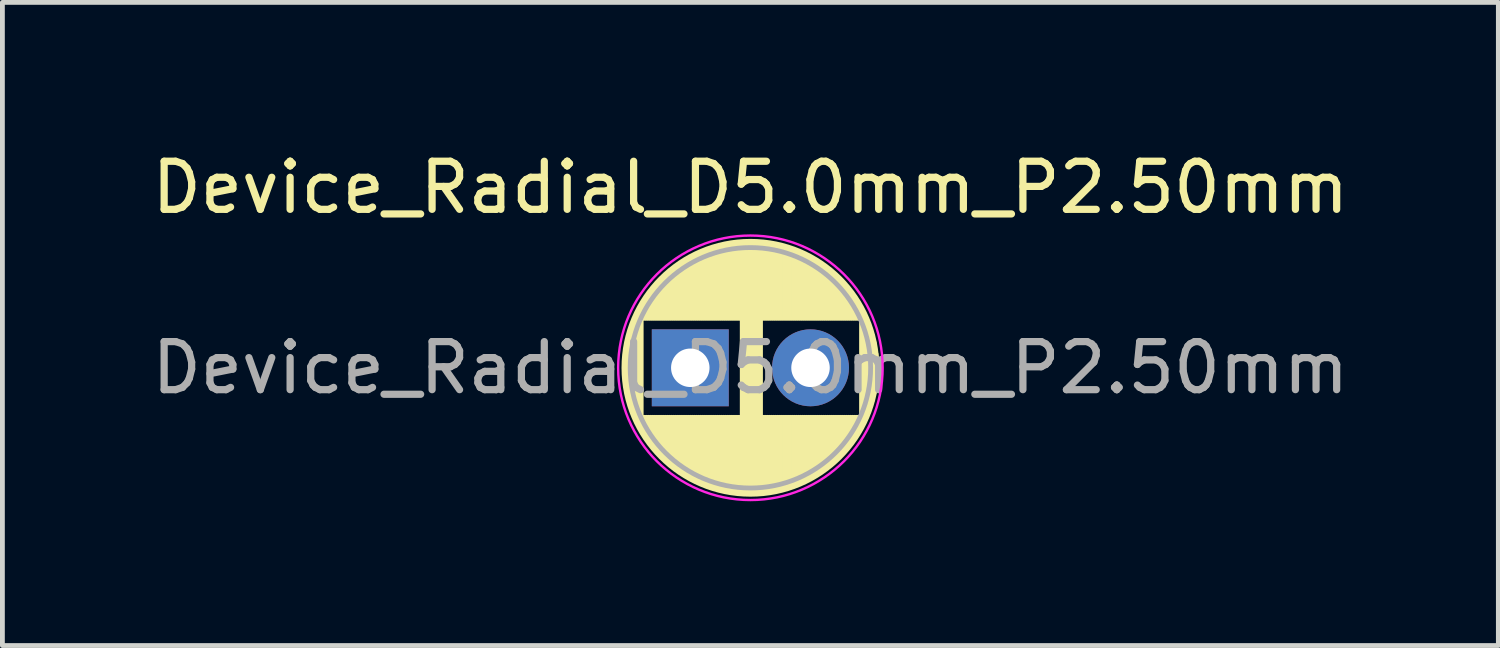
<source format=kicad_pcb>
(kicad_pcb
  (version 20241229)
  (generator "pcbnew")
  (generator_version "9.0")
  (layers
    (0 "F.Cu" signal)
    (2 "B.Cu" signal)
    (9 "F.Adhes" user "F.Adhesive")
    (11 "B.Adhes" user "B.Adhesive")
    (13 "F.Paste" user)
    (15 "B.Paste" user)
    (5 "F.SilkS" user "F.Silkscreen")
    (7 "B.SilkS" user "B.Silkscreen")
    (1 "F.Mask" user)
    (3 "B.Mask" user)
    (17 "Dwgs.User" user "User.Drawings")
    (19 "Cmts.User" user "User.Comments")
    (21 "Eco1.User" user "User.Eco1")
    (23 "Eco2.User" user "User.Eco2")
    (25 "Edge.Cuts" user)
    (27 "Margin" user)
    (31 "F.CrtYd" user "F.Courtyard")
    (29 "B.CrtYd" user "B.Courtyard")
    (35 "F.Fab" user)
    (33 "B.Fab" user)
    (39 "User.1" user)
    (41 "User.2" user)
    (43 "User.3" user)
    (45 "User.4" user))
  (footprint "Device_Radial_D5.0mm_P2.50mm"
    (layer "F.Cu")
    (at 11.304 4.598)
    (property "Reference" "Device_Radial_D5.0mm_P2.50mm" (at 1.25 -3.75 0) (layer "F.SilkS") (effects (font (size 1 1) (thickness 0.15))))
    (attr through_hole)
    (fp_line (start -1.311 0.284) (end -1.311 -0.284) (stroke (width 0.12) (type solid)) (layer "F.SilkS"))
    (fp_line (start -1.271 0.518) (end -1.271 -0.518) (stroke (width 0.12) (type solid)) (layer "F.SilkS"))
    (fp_line (start -1.231 0.677) (end -1.231 -0.677) (stroke (width 0.12) (type solid)) (layer "F.SilkS"))
    (fp_line (start -1.191 0.805) (end -1.191 -0.805) (stroke (width 0.12) (type solid)) (layer "F.SilkS"))
    (fp_line (start -1.151 0.915) (end -1.151 -0.915) (stroke (width 0.12) (type solid)) (layer "F.SilkS"))
    (fp_line (start -1.111 1.011) (end -1.111 -1.011) (stroke (width 0.12) (type solid)) (layer "F.SilkS"))
    (fp_line (start -1.071 1.098) (end -1.071 -1.098) (stroke (width 0.12) (type solid)) (layer "F.SilkS"))
    (fp_line (start -1.031 1.178) (end -1.031 -1.178) (stroke (width 0.12) (type solid)) (layer "F.SilkS"))
    (fp_line (start -0.991 -1.04) (end -0.991 -1.251) (stroke (width 0.12) (type solid)) (layer "F.SilkS"))
    (fp_line (start -0.991 1.251) (end -0.991 1.04) (stroke (width 0.12) (type solid)) (layer "F.SilkS"))
    (fp_line (start -0.951 -1.04) (end -0.951 -1.319) (stroke (width 0.12) (type solid)) (layer "F.SilkS"))
    (fp_line (start -0.951 1.319) (end -0.951 1.04) (stroke (width 0.12) (type solid)) (layer "F.SilkS"))
    (fp_line (start -0.911 -1.04) (end -0.911 -1.383) (stroke (width 0.12) (type solid)) (layer "F.SilkS"))
    (fp_line (start -0.911 1.383) (end -0.911 1.04) (stroke (width 0.12) (type solid)) (layer "F.SilkS"))
    (fp_line (start -0.871 -1.04) (end -0.871 -1.443) (stroke (width 0.12) (type solid)) (layer "F.SilkS"))
    (fp_line (start -0.871 1.443) (end -0.871 1.04) (stroke (width 0.12) (type solid)) (layer "F.SilkS"))
    (fp_line (start -0.831 -1.04) (end -0.831 -1.5) (stroke (width 0.12) (type solid)) (layer "F.SilkS"))
    (fp_line (start -0.831 1.5) (end -0.831 1.04) (stroke (width 0.12) (type solid)) (layer "F.SilkS"))
    (fp_line (start -0.791 -1.04) (end -0.791 -1.554) (stroke (width 0.12) (type solid)) (layer "F.SilkS"))
    (fp_line (start -0.791 1.554) (end -0.791 1.04) (stroke (width 0.12) (type solid)) (layer "F.SilkS"))
    (fp_line (start -0.751 -1.04) (end -0.751 -1.605) (stroke (width 0.12) (type solid)) (layer "F.SilkS"))
    (fp_line (start -0.751 1.605) (end -0.751 1.04) (stroke (width 0.12) (type solid)) (layer "F.SilkS"))
    (fp_line (start -0.711 -1.04) (end -0.711 -1.653) (stroke (width 0.12) (type solid)) (layer "F.SilkS"))
    (fp_line (start -0.711 1.653) (end -0.711 1.04) (stroke (width 0.12) (type solid)) (layer "F.SilkS"))
    (fp_line (start -0.671 -1.04) (end -0.671 -1.699) (stroke (width 0.12) (type solid)) (layer "F.SilkS"))
    (fp_line (start -0.671 1.699) (end -0.671 1.04) (stroke (width 0.12) (type solid)) (layer "F.SilkS"))
    (fp_line (start -0.631 -1.04) (end -0.631 -1.743) (stroke (width 0.12) (type solid)) (layer "F.SilkS"))
    (fp_line (start -0.631 1.743) (end -0.631 1.04) (stroke (width 0.12) (type solid)) (layer "F.SilkS"))
    (fp_line (start -0.591 -1.04) (end -0.591 -1.785) (stroke (width 0.12) (type solid)) (layer "F.SilkS"))
    (fp_line (start -0.591 1.785) (end -0.591 1.04) (stroke (width 0.12) (type solid)) (layer "F.SilkS"))
    (fp_line (start -0.551 -1.04) (end -0.551 -1.826) (stroke (width 0.12) (type solid)) (layer "F.SilkS"))
    (fp_line (start -0.551 1.826) (end -0.551 1.04) (stroke (width 0.12) (type solid)) (layer "F.SilkS"))
    (fp_line (start -0.511 -1.04) (end -0.511 -1.864) (stroke (width 0.12) (type solid)) (layer "F.SilkS"))
    (fp_line (start -0.511 1.864) (end -0.511 1.04) (stroke (width 0.12) (type solid)) (layer "F.SilkS"))
    (fp_line (start -0.471 -1.04) (end -0.471 -1.901) (stroke (width 0.12) (type solid)) (layer "F.SilkS"))
    (fp_line (start -0.471 1.901) (end -0.471 1.04) (stroke (width 0.12) (type solid)) (layer "F.SilkS"))
    (fp_line (start -0.431 -1.04) (end -0.431 -1.937) (stroke (width 0.12) (type solid)) (layer "F.SilkS"))
    (fp_line (start -0.431 1.937) (end -0.431 1.04) (stroke (width 0.12) (type solid)) (layer "F.SilkS"))
    (fp_line (start -0.391 -1.04) (end -0.391 -1.971) (stroke (width 0.12) (type solid)) (layer "F.SilkS"))
    (fp_line (start -0.391 1.971) (end -0.391 1.04) (stroke (width 0.12) (type solid)) (layer "F.SilkS"))
    (fp_line (start -0.351 -1.04) (end -0.351 -2.004) (stroke (width 0.12) (type solid)) (layer "F.SilkS"))
    (fp_line (start -0.351 2.004) (end -0.351 1.04) (stroke (width 0.12) (type solid)) (layer "F.SilkS"))
    (fp_line (start -0.311 -1.04) (end -0.311 -2.035) (stroke (width 0.12) (type solid)) (layer "F.SilkS"))
    (fp_line (start -0.311 2.035) (end -0.311 1.04) (stroke (width 0.12) (type solid)) (layer "F.SilkS"))
    (fp_line (start -0.271 -1.04) (end -0.271 -2.065) (stroke (width 0.12) (type solid)) (layer "F.SilkS"))
    (fp_line (start -0.271 2.065) (end -0.271 1.04) (stroke (width 0.12) (type solid)) (layer "F.SilkS"))
    (fp_line (start -0.231 -1.04) (end -0.231 -2.095) (stroke (width 0.12) (type solid)) (layer "F.SilkS"))
    (fp_line (start -0.231 2.095) (end -0.231 1.04) (stroke (width 0.12) (type solid)) (layer "F.SilkS"))
    (fp_line (start -0.191 -1.04) (end -0.191 -2.122) (stroke (width 0.12) (type solid)) (layer "F.SilkS"))
    (fp_line (start -0.191 2.122) (end -0.191 1.04) (stroke (width 0.12) (type solid)) (layer "F.SilkS"))
    (fp_line (start -0.151 -1.04) (end -0.151 -2.149) (stroke (width 0.12) (type solid)) (layer "F.SilkS"))
    (fp_line (start -0.151 2.149) (end -0.151 1.04) (stroke (width 0.12) (type solid)) (layer "F.SilkS"))
    (fp_line (start -0.111 -1.04) (end -0.111 -2.175) (stroke (width 0.12) (type solid)) (layer "F.SilkS"))
    (fp_line (start -0.111 2.175) (end -0.111 1.04) (stroke (width 0.12) (type solid)) (layer "F.SilkS"))
    (fp_line (start -0.071 -1.04) (end -0.071 -2.2) (stroke (width 0.12) (type solid)) (layer "F.SilkS"))
    (fp_line (start -0.071 2.2) (end -0.071 1.04) (stroke (width 0.12) (type solid)) (layer "F.SilkS"))
    (fp_line (start -0.031 -1.04) (end -0.031 -2.224) (stroke (width 0.12) (type solid)) (layer "F.SilkS"))
    (fp_line (start -0.031 2.224) (end -0.031 1.04) (stroke (width 0.12) (type solid)) (layer "F.SilkS"))
    (fp_line (start 0.009 -1.04) (end 0.009 -2.247) (stroke (width 0.12) (type solid)) (layer "F.SilkS"))
    (fp_line (start 0.009 2.247) (end 0.009 1.04) (stroke (width 0.12) (type solid)) (layer "F.SilkS"))
    (fp_line (start 0.049 -1.04) (end 0.049 -2.268) (stroke (width 0.12) (type solid)) (layer "F.SilkS"))
    (fp_line (start 0.049 2.268) (end 0.049 1.04) (stroke (width 0.12) (type solid)) (layer "F.SilkS"))
    (fp_line (start 0.089 -1.04) (end 0.089 -2.29) (stroke (width 0.12) (type solid)) (layer "F.SilkS"))
    (fp_line (start 0.089 2.29) (end 0.089 1.04) (stroke (width 0.12) (type solid)) (layer "F.SilkS"))
    (fp_line (start 0.129 -1.04) (end 0.129 -2.31) (stroke (width 0.12) (type solid)) (layer "F.SilkS"))
    (fp_line (start 0.129 2.31) (end 0.129 1.04) (stroke (width 0.12) (type solid)) (layer "F.SilkS"))
    (fp_line (start 0.169 -1.04) (end 0.169 -2.329) (stroke (width 0.12) (type solid)) (layer "F.SilkS"))
    (fp_line (start 0.169 2.329) (end 0.169 1.04) (stroke (width 0.12) (type solid)) (layer "F.SilkS"))
    (fp_line (start 0.209 -1.04) (end 0.209 -2.348) (stroke (width 0.12) (type solid)) (layer "F.SilkS"))
    (fp_line (start 0.209 2.348) (end 0.209 1.04) (stroke (width 0.12) (type solid)) (layer "F.SilkS"))
    (fp_line (start 0.249 -1.04) (end 0.249 -2.365) (stroke (width 0.12) (type solid)) (layer "F.SilkS"))
    (fp_line (start 0.249 2.365) (end 0.249 1.04) (stroke (width 0.12) (type solid)) (layer "F.SilkS"))
    (fp_line (start 0.289 -1.04) (end 0.289 -2.382) (stroke (width 0.12) (type solid)) (layer "F.SilkS"))
    (fp_line (start 0.289 2.382) (end 0.289 1.04) (stroke (width 0.12) (type solid)) (layer "F.SilkS"))
    (fp_line (start 0.329 -1.04) (end 0.329 -2.398) (stroke (width 0.12) (type solid)) (layer "F.SilkS"))
    (fp_line (start 0.329 2.398) (end 0.329 1.04) (stroke (width 0.12) (type solid)) (layer "F.SilkS"))
    (fp_line (start 0.369 -1.04) (end 0.369 -2.414) (stroke (width 0.12) (type solid)) (layer "F.SilkS"))
    (fp_line (start 0.369 2.414) (end 0.369 1.04) (stroke (width 0.12) (type solid)) (layer "F.SilkS"))
    (fp_line (start 0.409 -1.04) (end 0.409 -2.428) (stroke (width 0.12) (type solid)) (layer "F.SilkS"))
    (fp_line (start 0.409 2.428) (end 0.409 1.04) (stroke (width 0.12) (type solid)) (layer "F.SilkS"))
    (fp_line (start 0.449 -1.04) (end 0.449 -2.442) (stroke (width 0.12) (type solid)) (layer "F.SilkS"))
    (fp_line (start 0.449 2.442) (end 0.449 1.04) (stroke (width 0.12) (type solid)) (layer "F.SilkS"))
    (fp_line (start 0.489 -1.04) (end 0.489 -2.455) (stroke (width 0.12) (type solid)) (layer "F.SilkS"))
    (fp_line (start 0.489 2.455) (end 0.489 1.04) (stroke (width 0.12) (type solid)) (layer "F.SilkS"))
    (fp_line (start 0.529 -1.04) (end 0.529 -2.468) (stroke (width 0.12) (type solid)) (layer "F.SilkS"))
    (fp_line (start 0.529 2.468) (end 0.529 1.04) (stroke (width 0.12) (type solid)) (layer "F.SilkS"))
    (fp_line (start 0.569 -1.04) (end 0.569 -2.48) (stroke (width 0.12) (type solid)) (layer "F.SilkS"))
    (fp_line (start 0.569 2.48) (end 0.569 1.04) (stroke (width 0.12) (type solid)) (layer "F.SilkS"))
    (fp_line (start 0.61 -1.04) (end 0.61 -2.491) (stroke (width 0.12) (type solid)) (layer "F.SilkS"))
    (fp_line (start 0.61 2.491) (end 0.61 1.04) (stroke (width 0.12) (type solid)) (layer "F.SilkS"))
    (fp_line (start 0.65 -1.04) (end 0.65 -2.501) (stroke (width 0.12) (type solid)) (layer "F.SilkS"))
    (fp_line (start 0.65 2.501) (end 0.65 1.04) (stroke (width 0.12) (type solid)) (layer "F.SilkS"))
    (fp_line (start 0.69 -1.04) (end 0.69 -2.511) (stroke (width 0.12) (type solid)) (layer "F.SilkS"))
    (fp_line (start 0.69 2.511) (end 0.69 1.04) (stroke (width 0.12) (type solid)) (layer "F.SilkS"))
    (fp_line (start 0.73 -1.04) (end 0.73 -2.52) (stroke (width 0.12) (type solid)) (layer "F.SilkS"))
    (fp_line (start 0.73 2.52) (end 0.73 1.04) (stroke (width 0.12) (type solid)) (layer "F.SilkS"))
    (fp_line (start 0.77 -1.04) (end 0.77 -2.528) (stroke (width 0.12) (type solid)) (layer "F.SilkS"))
    (fp_line (start 0.77 2.528) (end 0.77 1.04) (stroke (width 0.12) (type solid)) (layer "F.SilkS"))
    (fp_line (start 0.81 -1.04) (end 0.81 -2.536) (stroke (width 0.12) (type solid)) (layer "F.SilkS"))
    (fp_line (start 0.81 2.536) (end 0.81 1.04) (stroke (width 0.12) (type solid)) (layer "F.SilkS"))
    (fp_line (start 0.85 -1.04) (end 0.85 -2.543) (stroke (width 0.12) (type solid)) (layer "F.SilkS"))
    (fp_line (start 0.85 2.543) (end 0.85 1.04) (stroke (width 0.12) (type solid)) (layer "F.SilkS"))
    (fp_line (start 0.89 -1.04) (end 0.89 -2.55) (stroke (width 0.12) (type solid)) (layer "F.SilkS"))
    (fp_line (start 0.89 2.55) (end 0.89 1.04) (stroke (width 0.12) (type solid)) (layer "F.SilkS"))
    (fp_line (start 0.93 -1.04) (end 0.93 -2.556) (stroke (width 0.12) (type solid)) (layer "F.SilkS"))
    (fp_line (start 0.93 2.556) (end 0.93 1.04) (stroke (width 0.12) (type solid)) (layer "F.SilkS"))
    (fp_line (start 0.97 -1.04) (end 0.97 -2.561) (stroke (width 0.12) (type solid)) (layer "F.SilkS"))
    (fp_line (start 0.97 2.561) (end 0.97 1.04) (stroke (width 0.12) (type solid)) (layer "F.SilkS"))
    (fp_line (start 1.01 -1.04) (end 1.01 -2.565) (stroke (width 0.12) (type solid)) (layer "F.SilkS"))
    (fp_line (start 1.01 2.565) (end 1.01 1.04) (stroke (width 0.12) (type solid)) (layer "F.SilkS"))
    (fp_line (start 1.05 -1.04) (end 1.05 -2.569) (stroke (width 0.12) (type solid)) (layer "F.SilkS"))
    (fp_line (start 1.05 2.569) (end 1.05 1.04) (stroke (width 0.12) (type solid)) (layer "F.SilkS"))
    (fp_line (start 1.09 2.573) (end 1.09 -2.573) (stroke (width 0.12) (type solid)) (layer "F.SilkS"))
    (fp_line (start 1.13 2.576) (end 1.13 -2.576) (stroke (width 0.12) (type solid)) (layer "F.SilkS"))
    (fp_line (start 1.17 2.578) (end 1.17 -2.578) (stroke (width 0.12) (type solid)) (layer "F.SilkS"))
    (fp_line (start 1.21 2.579) (end 1.21 -2.579) (stroke (width 0.12) (type solid)) (layer "F.SilkS"))
    (fp_line (start 1.25 -2.58) (end 1.25 2.58) (stroke (width 0.12) (type solid)) (layer "F.SilkS"))
    (fp_line (start 1.25 2.58) (end 1.25 -2.58) (stroke (width 0.12) (type solid)) (layer "F.SilkS"))
    (fp_line (start 1.29 -2.58) (end 1.29 2.58) (stroke (width 0.12) (type solid)) (layer "F.SilkS"))
    (fp_line (start 1.33 -2.579) (end 1.33 2.579) (stroke (width 0.12) (type solid)) (layer "F.SilkS"))
    (fp_line (start 1.37 -2.578) (end 1.37 2.578) (stroke (width 0.12) (type solid)) (layer "F.SilkS"))
    (fp_line (start 1.41 -2.576) (end 1.41 2.576) (stroke (width 0.12) (type solid)) (layer "F.SilkS"))
    (fp_line (start 1.45 -2.573) (end 1.45 2.573) (stroke (width 0.12) (type solid)) (layer "F.SilkS"))
    (fp_line (start 1.49 -2.569) (end 1.49 -1.04) (stroke (width 0.12) (type solid)) (layer "F.SilkS"))
    (fp_line (start 1.49 1.04) (end 1.49 2.569) (stroke (width 0.12) (type solid)) (layer "F.SilkS"))
    (fp_line (start 1.53 -2.565) (end 1.53 -1.04) (stroke (width 0.12) (type solid)) (layer "F.SilkS"))
    (fp_line (start 1.53 1.04) (end 1.53 2.565) (stroke (width 0.12) (type solid)) (layer "F.SilkS"))
    (fp_line (start 1.57 -2.561) (end 1.57 -1.04) (stroke (width 0.12) (type solid)) (layer "F.SilkS"))
    (fp_line (start 1.57 1.04) (end 1.57 2.561) (stroke (width 0.12) (type solid)) (layer "F.SilkS"))
    (fp_line (start 1.61 -2.556) (end 1.61 -1.04) (stroke (width 0.12) (type solid)) (layer "F.SilkS"))
    (fp_line (start 1.61 1.04) (end 1.61 2.556) (stroke (width 0.12) (type solid)) (layer "F.SilkS"))
    (fp_line (start 1.65 -2.55) (end 1.65 -1.04) (stroke (width 0.12) (type solid)) (layer "F.SilkS"))
    (fp_line (start 1.65 1.04) (end 1.65 2.55) (stroke (width 0.12) (type solid)) (layer "F.SilkS"))
    (fp_line (start 1.69 -2.543) (end 1.69 -1.04) (stroke (width 0.12) (type solid)) (layer "F.SilkS"))
    (fp_line (start 1.69 1.04) (end 1.69 2.543) (stroke (width 0.12) (type solid)) (layer "F.SilkS"))
    (fp_line (start 1.73 -2.536) (end 1.73 -1.04) (stroke (width 0.12) (type solid)) (layer "F.SilkS"))
    (fp_line (start 1.73 1.04) (end 1.73 2.536) (stroke (width 0.12) (type solid)) (layer "F.SilkS"))
    (fp_line (start 1.77 -2.528) (end 1.77 -1.04) (stroke (width 0.12) (type solid)) (layer "F.SilkS"))
    (fp_line (start 1.77 1.04) (end 1.77 2.528) (stroke (width 0.12) (type solid)) (layer "F.SilkS"))
    (fp_line (start 1.81 -2.52) (end 1.81 -1.04) (stroke (width 0.12) (type solid)) (layer "F.SilkS"))
    (fp_line (start 1.81 1.04) (end 1.81 2.52) (stroke (width 0.12) (type solid)) (layer "F.SilkS"))
    (fp_line (start 1.85 -2.511) (end 1.85 -1.04) (stroke (width 0.12) (type solid)) (layer "F.SilkS"))
    (fp_line (start 1.85 1.04) (end 1.85 2.511) (stroke (width 0.12) (type solid)) (layer "F.SilkS"))
    (fp_line (start 1.89 -2.501) (end 1.89 -1.04) (stroke (width 0.12) (type solid)) (layer "F.SilkS"))
    (fp_line (start 1.89 1.04) (end 1.89 2.501) (stroke (width 0.12) (type solid)) (layer "F.SilkS"))
    (fp_line (start 1.93 -2.491) (end 1.93 -1.04) (stroke (width 0.12) (type solid)) (layer "F.SilkS"))
    (fp_line (start 1.93 1.04) (end 1.93 2.491) (stroke (width 0.12) (type solid)) (layer "F.SilkS"))
    (fp_line (start 1.971 -2.48) (end 1.971 -1.04) (stroke (width 0.12) (type solid)) (layer "F.SilkS"))
    (fp_line (start 1.971 1.04) (end 1.971 2.48) (stroke (width 0.12) (type solid)) (layer "F.SilkS"))
    (fp_line (start 2.011 -2.468) (end 2.011 -1.04) (stroke (width 0.12) (type solid)) (layer "F.SilkS"))
    (fp_line (start 2.011 1.04) (end 2.011 2.468) (stroke (width 0.12) (type solid)) (layer "F.SilkS"))
    (fp_line (start 2.051 -2.455) (end 2.051 -1.04) (stroke (width 0.12) (type solid)) (layer "F.SilkS"))
    (fp_line (start 2.051 1.04) (end 2.051 2.455) (stroke (width 0.12) (type solid)) (layer "F.SilkS"))
    (fp_line (start 2.091 -2.442) (end 2.091 -1.04) (stroke (width 0.12) (type solid)) (layer "F.SilkS"))
    (fp_line (start 2.091 1.04) (end 2.091 2.442) (stroke (width 0.12) (type solid)) (layer "F.SilkS"))
    (fp_line (start 2.131 -2.428) (end 2.131 -1.04) (stroke (width 0.12) (type solid)) (layer "F.SilkS"))
    (fp_line (start 2.131 1.04) (end 2.131 2.428) (stroke (width 0.12) (type solid)) (layer "F.SilkS"))
    (fp_line (start 2.171 -2.414) (end 2.171 -1.04) (stroke (width 0.12) (type solid)) (layer "F.SilkS"))
    (fp_line (start 2.171 1.04) (end 2.171 2.414) (stroke (width 0.12) (type solid)) (layer "F.SilkS"))
    (fp_line (start 2.211 -2.398) (end 2.211 -1.04) (stroke (width 0.12) (type solid)) (layer "F.SilkS"))
    (fp_line (start 2.211 1.04) (end 2.211 2.398) (stroke (width 0.12) (type solid)) (layer "F.SilkS"))
    (fp_line (start 2.251 -2.382) (end 2.251 -1.04) (stroke (width 0.12) (type solid)) (layer "F.SilkS"))
    (fp_line (start 2.251 1.04) (end 2.251 2.382) (stroke (width 0.12) (type solid)) (layer "F.SilkS"))
    (fp_line (start 2.291 -2.365) (end 2.291 -1.04) (stroke (width 0.12) (type solid)) (layer "F.SilkS"))
    (fp_line (start 2.291 1.04) (end 2.291 2.365) (stroke (width 0.12) (type solid)) (layer "F.SilkS"))
    (fp_line (start 2.331 -2.348) (end 2.331 -1.04) (stroke (width 0.12) (type solid)) (layer "F.SilkS"))
    (fp_line (start 2.331 1.04) (end 2.331 2.348) (stroke (width 0.12) (type solid)) (layer "F.SilkS"))
    (fp_line (start 2.371 -2.329) (end 2.371 -1.04) (stroke (width 0.12) (type solid)) (layer "F.SilkS"))
    (fp_line (start 2.371 1.04) (end 2.371 2.329) (stroke (width 0.12) (type solid)) (layer "F.SilkS"))
    (fp_line (start 2.411 -2.31) (end 2.411 -1.04) (stroke (width 0.12) (type solid)) (layer "F.SilkS"))
    (fp_line (start 2.411 1.04) (end 2.411 2.31) (stroke (width 0.12) (type solid)) (layer "F.SilkS"))
    (fp_line (start 2.451 -2.29) (end 2.451 -1.04) (stroke (width 0.12) (type solid)) (layer "F.SilkS"))
    (fp_line (start 2.451 1.04) (end 2.451 2.29) (stroke (width 0.12) (type solid)) (layer "F.SilkS"))
    (fp_line (start 2.491 -2.268) (end 2.491 -1.04) (stroke (width 0.12) (type solid)) (layer "F.SilkS"))
    (fp_line (start 2.491 1.04) (end 2.491 2.268) (stroke (width 0.12) (type solid)) (layer "F.SilkS"))
    (fp_line (start 2.531 -2.247) (end 2.531 -1.04) (stroke (width 0.12) (type solid)) (layer "F.SilkS"))
    (fp_line (start 2.531 1.04) (end 2.531 2.247) (stroke (width 0.12) (type solid)) (layer "F.SilkS"))
    (fp_line (start 2.571 -2.224) (end 2.571 -1.04) (stroke (width 0.12) (type solid)) (layer "F.SilkS"))
    (fp_line (start 2.571 1.04) (end 2.571 2.224) (stroke (width 0.12) (type solid)) (layer "F.SilkS"))
    (fp_line (start 2.611 -2.2) (end 2.611 -1.04) (stroke (width 0.12) (type solid)) (layer "F.SilkS"))
    (fp_line (start 2.611 1.04) (end 2.611 2.2) (stroke (width 0.12) (type solid)) (layer "F.SilkS"))
    (fp_line (start 2.651 -2.175) (end 2.651 -1.04) (stroke (width 0.12) (type solid)) (layer "F.SilkS"))
    (fp_line (start 2.651 1.04) (end 2.651 2.175) (stroke (width 0.12) (type solid)) (layer "F.SilkS"))
    (fp_line (start 2.691 -2.149) (end 2.691 -1.04) (stroke (width 0.12) (type solid)) (layer "F.SilkS"))
    (fp_line (start 2.691 1.04) (end 2.691 2.149) (stroke (width 0.12) (type solid)) (layer "F.SilkS"))
    (fp_line (start 2.731 -2.122) (end 2.731 -1.04) (stroke (width 0.12) (type solid)) (layer "F.SilkS"))
    (fp_line (start 2.731 1.04) (end 2.731 2.122) (stroke (width 0.12) (type solid)) (layer "F.SilkS"))
    (fp_line (start 2.771 -2.095) (end 2.771 -1.04) (stroke (width 0.12) (type solid)) (layer "F.SilkS"))
    (fp_line (start 2.771 1.04) (end 2.771 2.095) (stroke (width 0.12) (type solid)) (layer "F.SilkS"))
    (fp_line (start 2.811 -2.065) (end 2.811 -1.04) (stroke (width 0.12) (type solid)) (layer "F.SilkS"))
    (fp_line (start 2.811 1.04) (end 2.811 2.065) (stroke (width 0.12) (type solid)) (layer "F.SilkS"))
    (fp_line (start 2.851 -2.035) (end 2.851 -1.04) (stroke (width 0.12) (type solid)) (layer "F.SilkS"))
    (fp_line (start 2.851 1.04) (end 2.851 2.035) (stroke (width 0.12) (type solid)) (layer "F.SilkS"))
    (fp_line (start 2.891 -2.004) (end 2.891 -1.04) (stroke (width 0.12) (type solid)) (layer "F.SilkS"))
    (fp_line (start 2.891 1.04) (end 2.891 2.004) (stroke (width 0.12) (type solid)) (layer "F.SilkS"))
    (fp_line (start 2.931 -1.971) (end 2.931 -1.04) (stroke (width 0.12) (type solid)) (layer "F.SilkS"))
    (fp_line (start 2.931 1.04) (end 2.931 1.971) (stroke (width 0.12) (type solid)) (layer "F.SilkS"))
    (fp_line (start 2.971 -1.937) (end 2.971 -1.04) (stroke (width 0.12) (type solid)) (layer "F.SilkS"))
    (fp_line (start 2.971 1.04) (end 2.971 1.937) (stroke (width 0.12) (type solid)) (layer "F.SilkS"))
    (fp_line (start 3.011 -1.901) (end 3.011 -1.04) (stroke (width 0.12) (type solid)) (layer "F.SilkS"))
    (fp_line (start 3.011 1.04) (end 3.011 1.901) (stroke (width 0.12) (type solid)) (layer "F.SilkS"))
    (fp_line (start 3.051 -1.864) (end 3.051 -1.04) (stroke (width 0.12) (type solid)) (layer "F.SilkS"))
    (fp_line (start 3.051 1.04) (end 3.051 1.864) (stroke (width 0.12) (type solid)) (layer "F.SilkS"))
    (fp_line (start 3.091 -1.826) (end 3.091 -1.04) (stroke (width 0.12) (type solid)) (layer "F.SilkS"))
    (fp_line (start 3.091 1.04) (end 3.091 1.826) (stroke (width 0.12) (type solid)) (layer "F.SilkS"))
    (fp_line (start 3.131 -1.785) (end 3.131 -1.04) (stroke (width 0.12) (type solid)) (layer "F.SilkS"))
    (fp_line (start 3.131 1.04) (end 3.131 1.785) (stroke (width 0.12) (type solid)) (layer "F.SilkS"))
    (fp_line (start 3.171 -1.743) (end 3.171 -1.04) (stroke (width 0.12) (type solid)) (layer "F.SilkS"))
    (fp_line (start 3.171 1.04) (end 3.171 1.743) (stroke (width 0.12) (type solid)) (layer "F.SilkS"))
    (fp_line (start 3.211 -1.699) (end 3.211 -1.04) (stroke (width 0.12) (type solid)) (layer "F.SilkS"))
    (fp_line (start 3.211 1.04) (end 3.211 1.699) (stroke (width 0.12) (type solid)) (layer "F.SilkS"))
    (fp_line (start 3.251 -1.653) (end 3.251 -1.04) (stroke (width 0.12) (type solid)) (layer "F.SilkS"))
    (fp_line (start 3.251 1.04) (end 3.251 1.653) (stroke (width 0.12) (type solid)) (layer "F.SilkS"))
    (fp_line (start 3.291 -1.605) (end 3.291 -1.04) (stroke (width 0.12) (type solid)) (layer "F.SilkS"))
    (fp_line (start 3.291 1.04) (end 3.291 1.605) (stroke (width 0.12) (type solid)) (layer "F.SilkS"))
    (fp_line (start 3.331 -1.554) (end 3.331 -1.04) (stroke (width 0.12) (type solid)) (layer "F.SilkS"))
    (fp_line (start 3.331 1.04) (end 3.331 1.554) (stroke (width 0.12) (type solid)) (layer "F.SilkS"))
    (fp_line (start 3.371 -1.5) (end 3.371 -1.04) (stroke (width 0.12) (type solid)) (layer "F.SilkS"))
    (fp_line (start 3.371 1.04) (end 3.371 1.5) (stroke (width 0.12) (type solid)) (layer "F.SilkS"))
    (fp_line (start 3.411 -1.443) (end 3.411 -1.04) (stroke (width 0.12) (type solid)) (layer "F.SilkS"))
    (fp_line (start 3.411 1.04) (end 3.411 1.443) (stroke (width 0.12) (type solid)) (layer "F.SilkS"))
    (fp_line (start 3.451 -1.383) (end 3.451 -1.04) (stroke (width 0.12) (type solid)) (layer "F.SilkS"))
    (fp_line (start 3.451 1.04) (end 3.451 1.383) (stroke (width 0.12) (type solid)) (layer "F.SilkS"))
    (fp_line (start 3.491 -1.319) (end 3.491 -1.04) (stroke (width 0.12) (type solid)) (layer "F.SilkS"))
    (fp_line (start 3.491 1.04) (end 3.491 1.319) (stroke (width 0.12) (type solid)) (layer "F.SilkS"))
    (fp_line (start 3.531 -1.251) (end 3.531 -1.04) (stroke (width 0.12) (type solid)) (layer "F.SilkS"))
    (fp_line (start 3.531 1.04) (end 3.531 1.251) (stroke (width 0.12) (type solid)) (layer "F.SilkS"))
    (fp_line (start 3.571 -1.178) (end 3.571 1.178) (stroke (width 0.12) (type solid)) (layer "F.SilkS"))
    (fp_line (start 3.611 -1.098) (end 3.611 1.098) (stroke (width 0.12) (type solid)) (layer "F.SilkS"))
    (fp_line (start 3.651 -1.011) (end 3.651 1.011) (stroke (width 0.12) (type solid)) (layer "F.SilkS"))
    (fp_line (start 3.691 -0.915) (end 3.691 0.915) (stroke (width 0.12) (type solid)) (layer "F.SilkS"))
    (fp_line (start 3.731 -0.805) (end 3.731 0.805) (stroke (width 0.12) (type solid)) (layer "F.SilkS"))
    (fp_line (start 3.771 -0.677) (end 3.771 0.677) (stroke (width 0.12) (type solid)) (layer "F.SilkS"))
    (fp_line (start 3.811 -0.518) (end 3.811 0.518) (stroke (width 0.12) (type solid)) (layer "F.SilkS"))
    (fp_line (start 3.851 -0.284) (end 3.851 0.284) (stroke (width 0.12) (type solid)) (layer "F.SilkS"))
    (fp_circle (center 1.25 0) (end 3.87 0) (stroke (width 0.12) (type solid)) (fill no) (layer "F.SilkS"))
    (fp_circle (center 1.25 0) (end 4 0) (stroke (width 0.05) (type solid)) (fill no) (layer "F.CrtYd"))
    (fp_circle (center 1.25 0) (end 3.75 0) (stroke (width 0.1) (type solid)) (fill no) (layer "F.Fab"))
    (fp_text user "${REFERENCE}" (at 1.25 0 0) (layer "F.Fab") (effects (font (size 1 1) (thickness 0.15))))
    (pad "1" thru_hole rect (at 0 0) (size 1.6 1.6) (drill 0.8) (layers "*.Cu" "*.Mask"))
    (pad "2" thru_hole circle (at 2.5 0) (size 1.6 1.6) (drill 0.8) (layers "*.Cu" "*.Mask")))
  (gr_rect
    (start -3 -3)
    (end 28.107 10.373)
    (stroke (width 0.1) (type default))
    (fill no)
    (layer "Edge.Cuts")))
</source>
